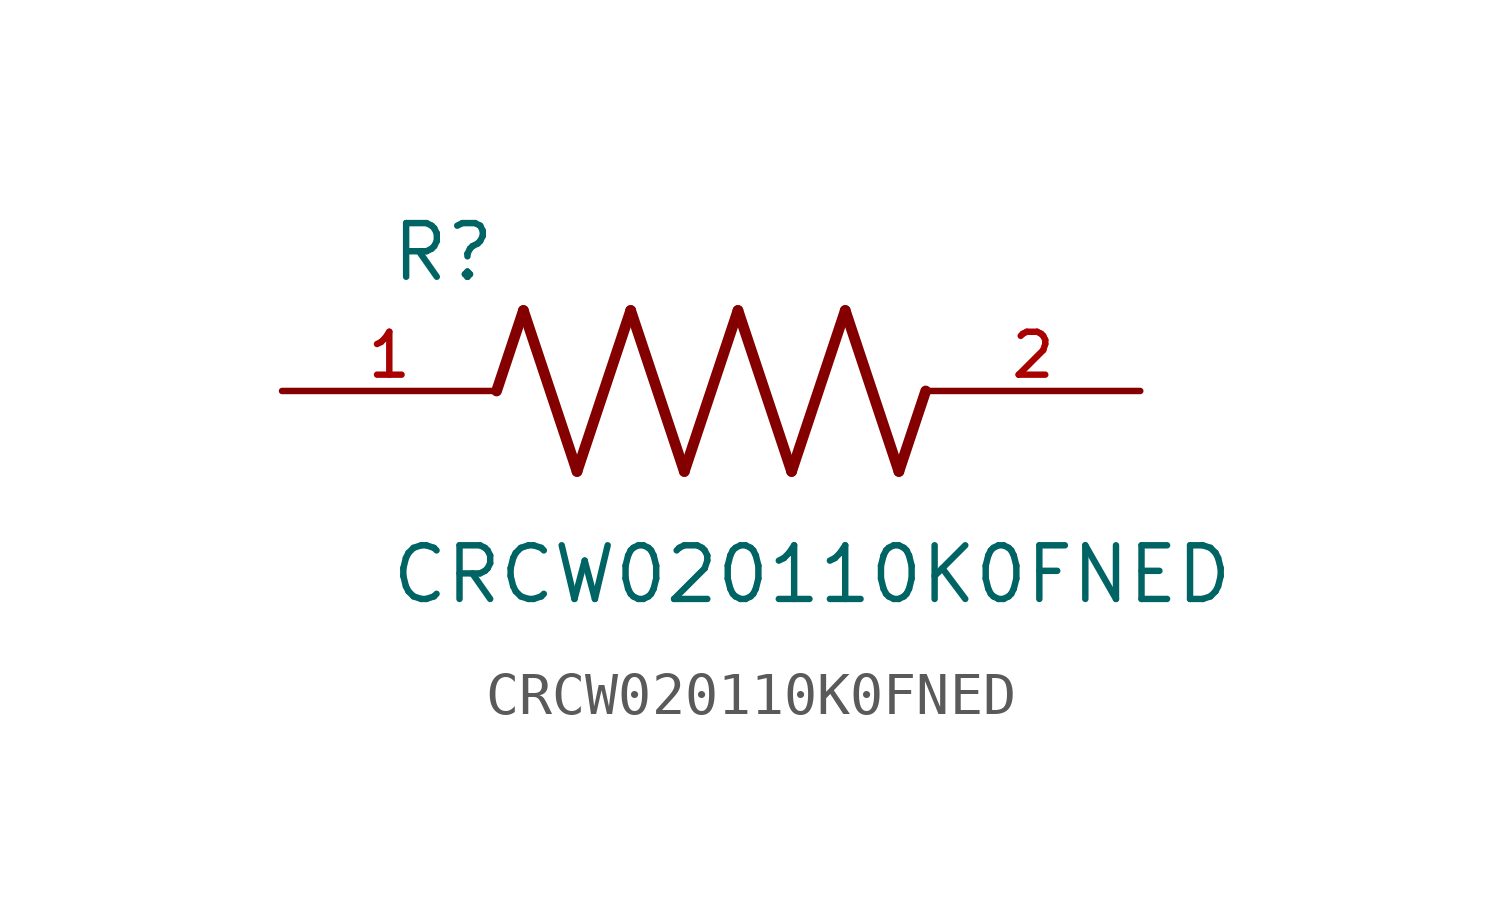
<source format=kicad_sym>
(kicad_symbol_lib
  (version 20211014)
  (generator kicad_symbol_editor)
  (symbol "CRCW020110K0FNED"
    (pin_names
      (offset 1.016))
    (property "Reference" "R"
      (at -7.624 2.541 0)
      (effects (font (size 1.27 1.27)) (justify bottom left)))
    (property "Value" "CRCW020110K0FNED"
      (at -7.63 -5.087 0)
      (effects (font (size 1.27 1.27)) (justify bottom left)))
    (symbol "CRCW020110K0FNED_0_0"
      (polyline (pts (xy -5.08 0.0) (xy -4.445 1.905)) (stroke (width 0.254)))
      (polyline (pts (xy -4.445 1.905) (xy -3.175 -1.905)) (stroke (width 0.254)))
      (polyline (pts (xy -3.175 -1.905) (xy -1.905 1.905)) (stroke (width 0.254)))
      (polyline (pts (xy -1.905 1.905) (xy -0.635 -1.905)) (stroke (width 0.254)))
      (polyline (pts (xy -0.635 -1.905) (xy 0.635 1.905)) (stroke (width 0.254)))
      (polyline (pts (xy 0.635 1.905) (xy 1.905 -1.905)) (stroke (width 0.254)))
      (polyline (pts (xy 1.905 -1.905) (xy 3.175 1.905)) (stroke (width 0.254)))
      (polyline (pts (xy 3.175 1.905) (xy 4.445 -1.905)) (stroke (width 0.254)))
      (polyline (pts (xy 4.445 -1.905) (xy 5.08 0.0)) (stroke (width 0.254)))
      (pin passive line (at -10.16 0.0 0) (length 5.08) (name "~" (effects (font (size 1.016 1.016)))) (number "1" (effects (font (size 1.016 1.016)))))
      (pin passive line (at 10.16 0.0 180.0) (length 5.08) (name "~" (effects (font (size 1.016 1.016)))) (number "2" (effects (font (size 1.016 1.016))))))))
</source>
